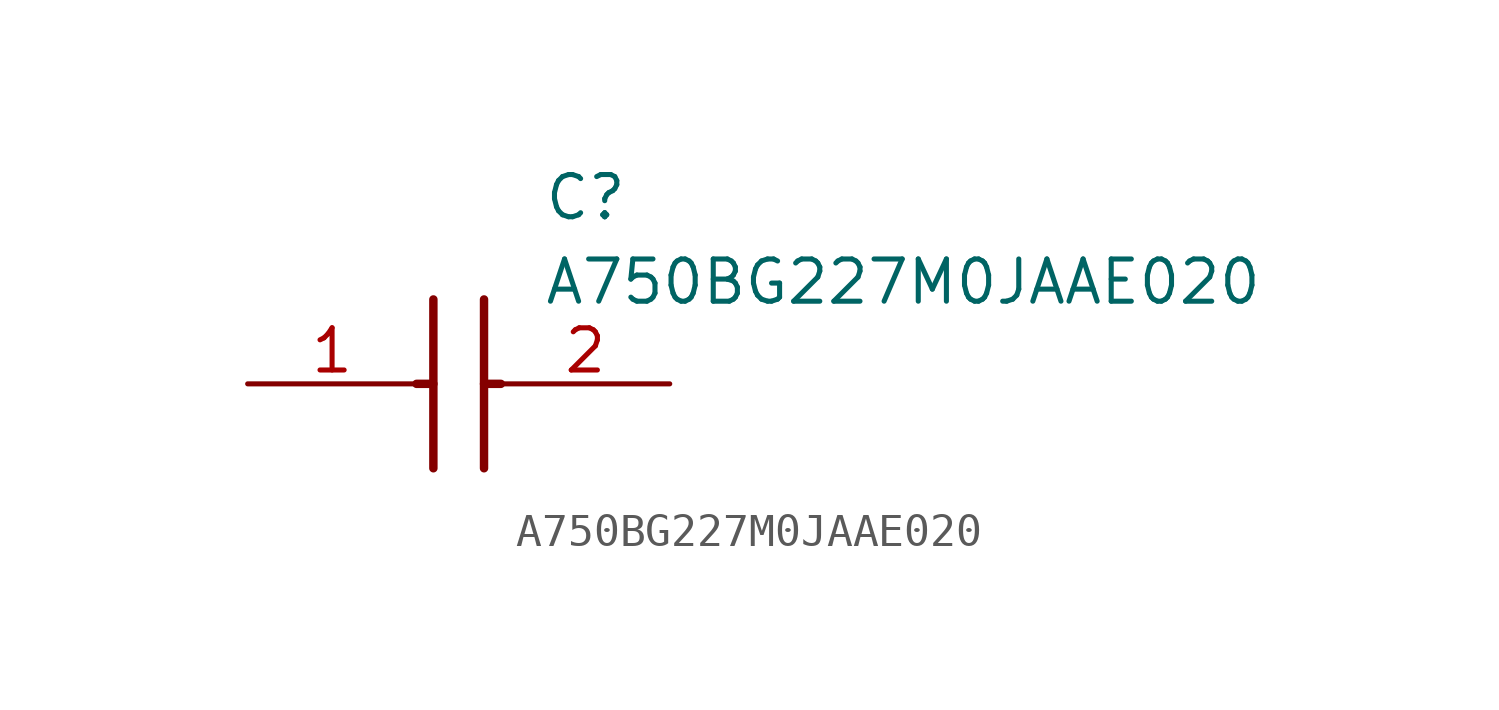
<source format=kicad_sym>
(kicad_symbol_lib
  (version 20211014)
  (generator SamacSys_ECAD_Model)
  (symbol "A750BG227M0JAAE020"
    (pin_names hide)
    (property "Reference" "C"
      (at 8.89 6.35 0)
      (effects (font (size 1.27 1.27)) (justify left top)))
    (property "Value" "A750BG227M0JAAE020"
      (at 8.89 3.81 0)
      (effects (font (size 1.27 1.27)) (justify left top)))
    (polyline
      (pts (xy 5.588 2.54) (xy 5.588 -2.54))
      (stroke (width 0.254) (type default))
      (fill (type none)))
    (polyline
      (pts (xy 7.112 2.54) (xy 7.112 -2.54))
      (stroke (width 0.254) (type default))
      (fill (type none)))
    (polyline
      (pts (xy 5.08 0) (xy 5.588 0))
      (stroke (width 0.254) (type default))
      (fill (type none)))
    (polyline
      (pts (xy 7.112 0) (xy 7.62 0))
      (stroke (width 0.254) (type default))
      (fill (type none)))
    (pin passive line
      (at 0 0 0)
      (length 5.08)
      (name "1" (effects (font (size 1.27 1.27))))
      (number "1" (effects (font (size 1.27 1.27)))))
    (pin passive line
      (at 12.7 0 180)
      (length 5.08)
      (name "2" (effects (font (size 1.27 1.27))))
      (number "2" (effects (font (size 1.27 1.27)))))))
</source>
